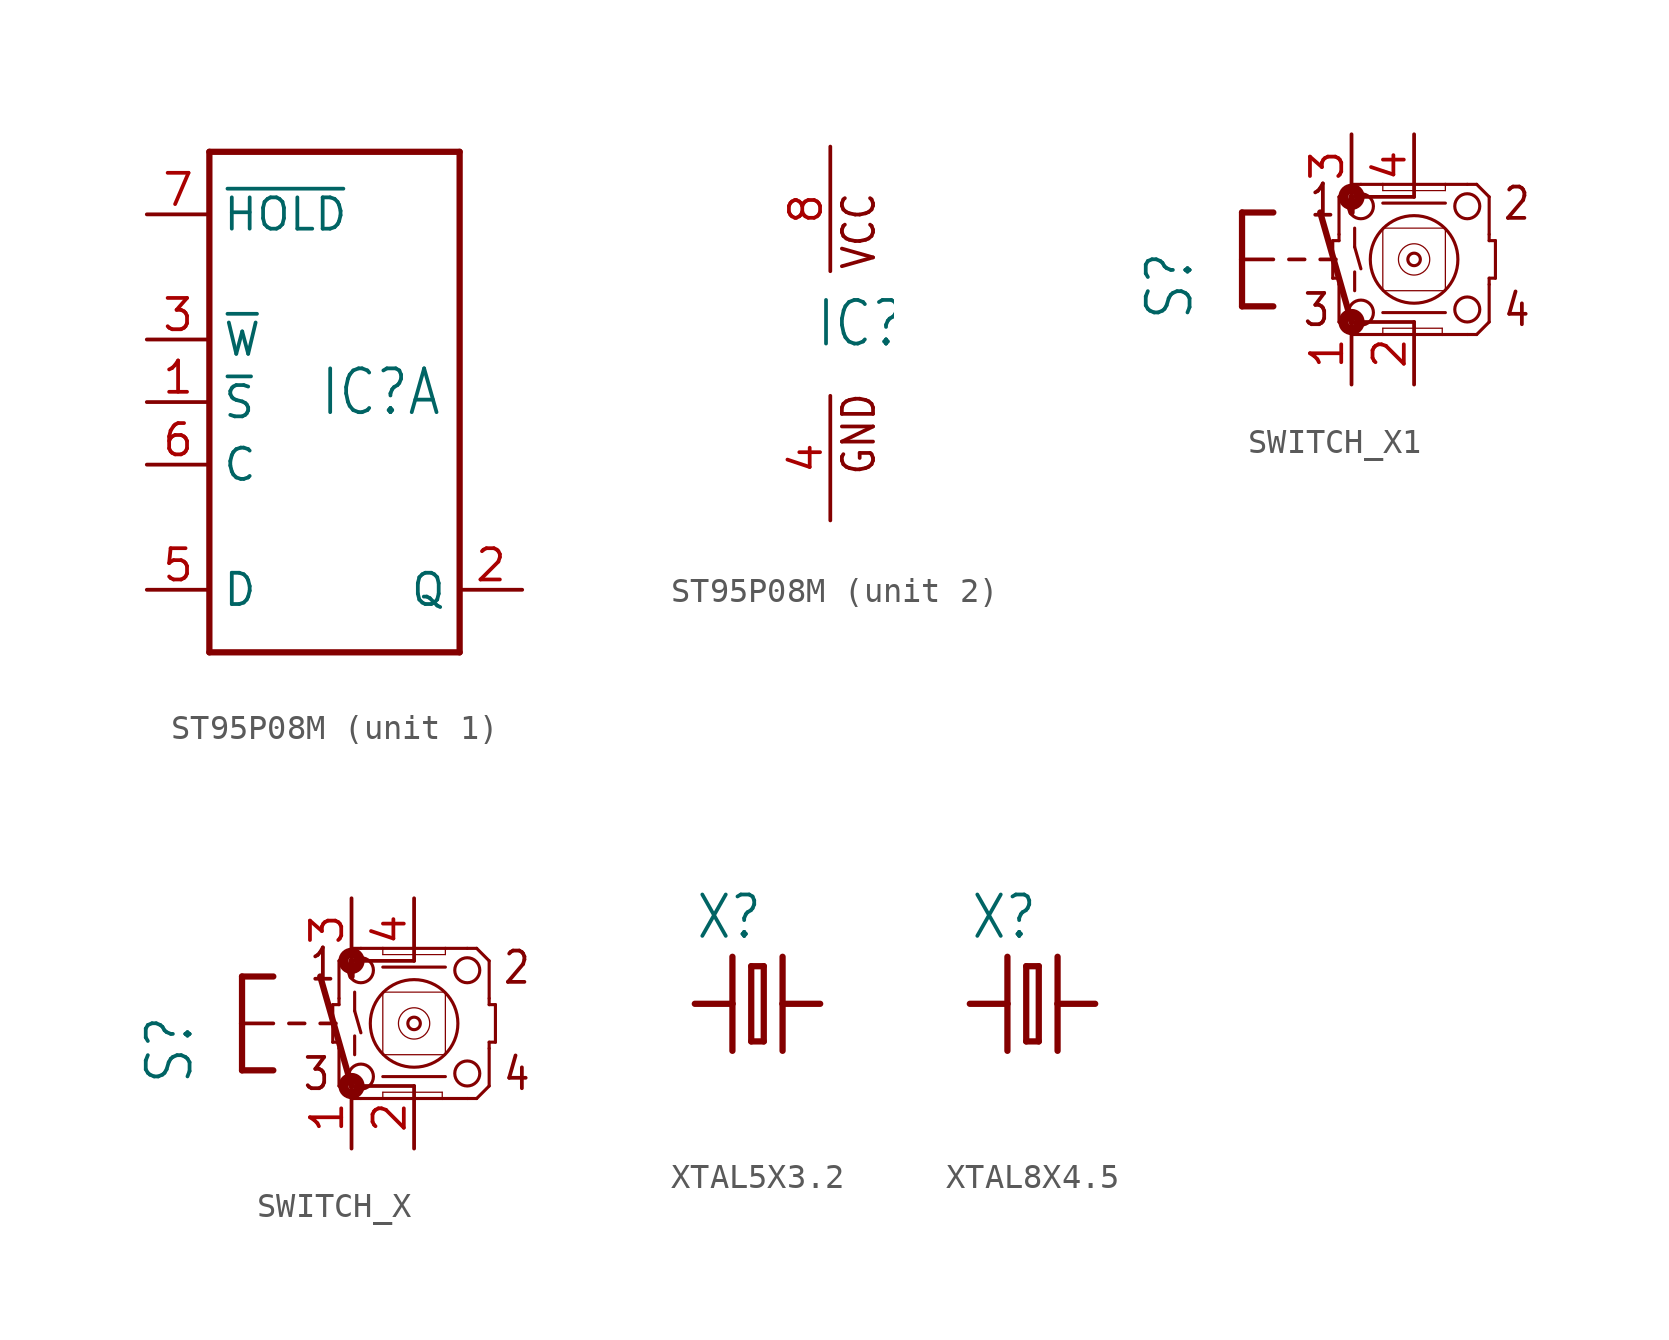
<source format=kicad_sym>
(kicad_symbol_lib
  (version 20220914)
  (generator kicad_symbol_editor)
  (symbol "ST95P08M"
    (property "Reference" "IC"
      (at -0.635 -0.635 0)
      (effects (font (size 1.778 1.511)) (justify left bottom)))
    (property "ki_locked" ""
      (at 0 0 0)
      (effects (font (size 1.27 1.27))))
    (symbol "ST95P08M_1_0"
      (polyline (pts (xy -5.08 -10.16) (xy 5.08 -10.16)) (stroke (width 0.254) (type solid)) (fill (type none)))
      (polyline (pts (xy -5.08 10.16) (xy -5.08 -10.16)) (stroke (width 0.254) (type solid)) (fill (type none)))
      (polyline (pts (xy 5.08 -10.16) (xy 5.08 10.16)) (stroke (width 0.254) (type solid)) (fill (type none)))
      (polyline (pts (xy 5.08 10.16) (xy -5.08 10.16)) (stroke (width 0.254) (type solid)) (fill (type none)))
      (pin input line (at -7.62 0 0) (length 2.54) (name "~{S}" (effects (font (size 1.27 1.27)))) (number "1" (effects (font (size 1.27 1.27)))))
      (pin tri_state line (at 7.62 -7.62 180) (length 2.54) (name "Q" (effects (font (size 1.27 1.27)))) (number "2" (effects (font (size 1.27 1.27)))))
      (pin input line (at -7.62 2.54 0) (length 2.54) (name "~{W}" (effects (font (size 1.27 1.27)))) (number "3" (effects (font (size 1.27 1.27)))))
      (pin input line (at -7.62 -7.62 0) (length 2.54) (name "D" (effects (font (size 1.27 1.27)))) (number "5" (effects (font (size 1.27 1.27)))))
      (pin input line (at -7.62 -2.54 0) (length 2.54) (name "C" (effects (font (size 1.27 1.27)))) (number "6" (effects (font (size 1.27 1.27)))))
      (pin input line (at -7.62 7.62 0) (length 2.54) (name "~{HOLD}" (effects (font (size 1.27 1.27)))) (number "7" (effects (font (size 1.27 1.27))))))
    (symbol "ST95P08M_2_0"
      (text "GND" (at 1.905 -5.842 900) (effects (font (size 1.27 1.079)) (justify left bottom)))
      (text "VCC" (at 1.905 2.54 900) (effects (font (size 1.27 1.079)) (justify left bottom)))
      (pin power_in line (at 0 -7.62 90) (length 5.08) (name "GND" (effects (font (size 0 0)))) (number "4" (effects (font (size 1.27 1.27)))))
      (pin power_in line (at 0 7.62 270) (length 5.08) (name "VCC" (effects (font (size 0 0)))) (number "8" (effects (font (size 1.27 1.27)))))))
  (symbol "SWITCH_X1"
    (property "Reference" "S"
      (at -6.35 -2.54 90)
      (effects (font (size 1.778 1.511)) (justify left bottom)))
    (property "Value" ""
      (at -3.81 3.175 90)
      (effects (font (size 1.778 1.511)) (justify left bottom)))
    (property "ki_locked" ""
      (at 0 0 0)
      (effects (font (size 1.27 1.27))))
    (symbol "SWITCH_X1_1_0"
      (circle (center 0 -2.54) (radius 0.127) (stroke (width 0.406) (type solid)) (fill (type none)))
      (polyline (pts (xy -4.445 -1.905) (xy -3.175 -1.905)) (stroke (width 0.254) (type solid)) (fill (type none)))
      (polyline (pts (xy -4.445 0) (xy -4.445 -1.905)) (stroke (width 0.254) (type solid)) (fill (type none)))
      (polyline (pts (xy -4.445 0) (xy -3.175 0)) (stroke (width 0.152) (type solid)) (fill (type none)))
      (polyline (pts (xy -4.445 1.905) (xy -4.445 0)) (stroke (width 0.254) (type solid)) (fill (type none)))
      (polyline (pts (xy -4.445 1.905) (xy -3.175 1.905)) (stroke (width 0.254) (type solid)) (fill (type none)))
      (polyline (pts (xy -2.54 0) (xy -1.905 0)) (stroke (width 0.152) (type solid)) (fill (type none)))
      (polyline (pts (xy -1.27 0) (xy -0.635 0)) (stroke (width 0.152) (type solid)) (fill (type none)))
      (polyline (pts (xy -0.762 0.762) (xy -0.762 -0.762)) (stroke (width 0.127) (type solid)) (fill (type none)))
      (polyline (pts (xy -0.762 0.762) (xy -0.508 0.762)) (stroke (width 0.127) (type solid)) (fill (type none)))
      (polyline (pts (xy -0.508 -2.54) (xy -0.508 -1.016)) (stroke (width 0.127) (type solid)) (fill (type none)))
      (polyline (pts (xy -0.508 -0.762) (xy -0.762 -0.762)) (stroke (width 0.127) (type solid)) (fill (type none)))
      (polyline (pts (xy -0.508 -0.762) (xy -0.508 -1.016)) (stroke (width 0.127) (type solid)) (fill (type none)))
      (polyline (pts (xy -0.508 0.762) (xy -0.508 1.016)) (stroke (width 0.127) (type solid)) (fill (type none)))
      (polyline (pts (xy -0.508 2.54) (xy -0.508 1.016)) (stroke (width 0.127) (type solid)) (fill (type none)))
      (polyline (pts (xy 0 -3.048) (xy -0.508 -2.54)) (stroke (width 0.127) (type solid)) (fill (type none)))
      (polyline (pts (xy 0 -3.048) (xy 0.381 -3.048)) (stroke (width 0.127) (type solid)) (fill (type none)))
      (polyline (pts (xy 0 -2.54) (xy -1.27 1.905)) (stroke (width 0.254) (type solid)) (fill (type none)))
      (polyline (pts (xy 0 1.905) (xy 0 2.54)) (stroke (width 0.254) (type solid)) (fill (type none)))
      (polyline (pts (xy 0 3.048) (xy -0.508 2.54)) (stroke (width 0.127) (type solid)) (fill (type none)))
      (polyline (pts (xy 0 3.048) (xy 0.381 3.048)) (stroke (width 0.127) (type solid)) (fill (type none)))
      (polyline (pts (xy 0.127 -0.508) (xy 0.127 -1.27)) (stroke (width 0.127) (type solid)) (fill (type none)))
      (polyline (pts (xy 0.127 0.508) (xy 0.381 -0.381)) (stroke (width 0.127) (type solid)) (fill (type none)))
      (polyline (pts (xy 0.127 1.27) (xy 0.127 0.508)) (stroke (width 0.127) (type solid)) (fill (type none)))
      (polyline (pts (xy 0.381 -3.048) (xy 1.27 -3.048)) (stroke (width 0.127) (type solid)) (fill (type none)))
      (polyline (pts (xy 1.27 -3.048) (xy 3.683 -3.048)) (stroke (width 0.127) (type solid)) (fill (type none)))
      (polyline (pts (xy 1.27 -2.794) (xy 1.27 -3.048)) (stroke (width 0.051) (type solid)) (fill (type none)))
      (polyline (pts (xy 1.27 -2.159) (xy 3.81 -2.159)) (stroke (width 0.127) (type solid)) (fill (type none)))
      (polyline (pts (xy 1.27 1.27) (xy 1.27 -1.27)) (stroke (width 0.051) (type solid)) (fill (type none)))
      (polyline (pts (xy 1.27 1.27) (xy 3.81 1.27)) (stroke (width 0.051) (type solid)) (fill (type none)))
      (polyline (pts (xy 1.27 3.048) (xy 0.381 3.048)) (stroke (width 0.127) (type solid)) (fill (type none)))
      (polyline (pts (xy 1.27 3.048) (xy 1.27 2.794)) (stroke (width 0.051) (type solid)) (fill (type none)))
      (polyline (pts (xy 2.54 -2.54) (xy 0 -2.54)) (stroke (width 0.152) (type solid)) (fill (type none)))
      (polyline (pts (xy 2.54 2.54) (xy 0 2.54)) (stroke (width 0.152) (type solid)) (fill (type none)))
      (polyline (pts (xy 3.683 -3.048) (xy 4.699 -3.048)) (stroke (width 0.127) (type solid)) (fill (type none)))
      (polyline (pts (xy 3.683 -2.794) (xy 1.27 -2.794)) (stroke (width 0.051) (type solid)) (fill (type none)))
      (polyline (pts (xy 3.683 -2.794) (xy 3.683 -3.048)) (stroke (width 0.051) (type solid)) (fill (type none)))
      (polyline (pts (xy 3.81 -1.27) (xy 1.27 -1.27)) (stroke (width 0.051) (type solid)) (fill (type none)))
      (polyline (pts (xy 3.81 -1.27) (xy 3.81 1.27)) (stroke (width 0.051) (type solid)) (fill (type none)))
      (polyline (pts (xy 3.81 2.286) (xy 1.27 2.286)) (stroke (width 0.127) (type solid)) (fill (type none)))
      (polyline (pts (xy 3.81 2.794) (xy 1.27 2.794)) (stroke (width 0.051) (type solid)) (fill (type none)))
      (polyline (pts (xy 3.81 2.794) (xy 3.81 3.048)) (stroke (width 0.051) (type solid)) (fill (type none)))
      (polyline (pts (xy 3.81 3.048) (xy 1.27 3.048)) (stroke (width 0.127) (type solid)) (fill (type none)))
      (polyline (pts (xy 4.699 3.048) (xy 3.81 3.048)) (stroke (width 0.127) (type solid)) (fill (type none)))
      (polyline (pts (xy 5.08 -3.048) (xy 4.699 -3.048)) (stroke (width 0.127) (type solid)) (fill (type none)))
      (polyline (pts (xy 5.08 -3.048) (xy 5.588 -2.54)) (stroke (width 0.127) (type solid)) (fill (type none)))
      (polyline (pts (xy 5.08 3.048) (xy 4.699 3.048)) (stroke (width 0.127) (type solid)) (fill (type none)))
      (polyline (pts (xy 5.588 -2.54) (xy 5.588 -1.016)) (stroke (width 0.127) (type solid)) (fill (type none)))
      (polyline (pts (xy 5.588 -0.762) (xy 5.588 -1.016)) (stroke (width 0.127) (type solid)) (fill (type none)))
      (polyline (pts (xy 5.588 0.762) (xy 5.588 1.016)) (stroke (width 0.127) (type solid)) (fill (type none)))
      (polyline (pts (xy 5.588 0.762) (xy 5.842 0.762)) (stroke (width 0.127) (type solid)) (fill (type none)))
      (polyline (pts (xy 5.588 1.016) (xy 5.588 2.54)) (stroke (width 0.127) (type solid)) (fill (type none)))
      (polyline (pts (xy 5.588 2.54) (xy 5.08 3.048)) (stroke (width 0.127) (type solid)) (fill (type none)))
      (polyline (pts (xy 5.842 -0.762) (xy 5.588 -0.762)) (stroke (width 0.127) (type solid)) (fill (type none)))
      (polyline (pts (xy 5.842 -0.762) (xy 5.842 0.762)) (stroke (width 0.127) (type solid)) (fill (type none)))
      (circle (center 0 2.54) (radius 0.127) (stroke (width 0.406) (type solid)) (fill (type none)))
      (circle (center 0.381 -2.159) (radius 0.508) (stroke (width 0.127) (type solid)) (fill (type none)))
      (circle (center 0.381 2.159) (radius 0.508) (stroke (width 0.127) (type solid)) (fill (type none)))
      (circle (center 2.54 0) (radius 0.254) (stroke (width 0.127) (type solid)) (fill (type none)))
      (circle (center 2.54 0) (radius 0.635) (stroke (width 0.051) (type solid)) (fill (type none)))
      (circle (center 2.54 0) (radius 1.778) (stroke (width 0.127) (type solid)) (fill (type none)))
      (circle (center 4.699 -2.032) (radius 0.508) (stroke (width 0.127) (type solid)) (fill (type none)))
      (circle (center 4.699 2.159) (radius 0.508) (stroke (width 0.127) (type solid)) (fill (type none)))
      (text "1" (at -1.778 1.651 0) (effects (font (size 1.27 1.079)) (justify left bottom)))
      (text "2" (at 6.096 1.524 0) (effects (font (size 1.27 1.079)) (justify left bottom)))
      (text "3" (at -2.032 -2.794 0) (effects (font (size 1.27 1.079)) (justify left bottom)))
      (text "4" (at 6.096 -2.794 0) (effects (font (size 1.27 1.079)) (justify left bottom)))
      (pin passive line (at 0 -5.08 90) (length 2.54) (name "P" (effects (font (size 0 0)))) (number "1" (effects (font (size 1.27 1.27)))))
      (pin passive line (at 2.54 -5.08 90) (length 2.54) (name "P1" (effects (font (size 0 0)))) (number "2" (effects (font (size 1.27 1.27)))))
      (pin passive line (at 0 5.08 270) (length 2.54) (name "S" (effects (font (size 0 0)))) (number "3" (effects (font (size 1.27 1.27)))))
      (pin passive line (at 2.54 5.08 270) (length 2.54) (name "S1" (effects (font (size 0 0)))) (number "4" (effects (font (size 1.27 1.27)))))))
  (symbol "SWITCH_X"
    (property "Reference" "S"
      (at -6.35 -2.54 90)
      (effects (font (size 1.778 1.511)) (justify left bottom)))
    (property "Value" ""
      (at -3.81 3.175 90)
      (effects (font (size 1.778 1.511)) (justify left bottom)))
    (property "ki_locked" ""
      (at 0 0 0)
      (effects (font (size 1.27 1.27))))
    (symbol "SWITCH_X_1_0"
      (circle (center 0 -2.54) (radius 0.127) (stroke (width 0.406) (type solid)) (fill (type none)))
      (polyline (pts (xy -4.445 -1.905) (xy -3.175 -1.905)) (stroke (width 0.254) (type solid)) (fill (type none)))
      (polyline (pts (xy -4.445 0) (xy -4.445 -1.905)) (stroke (width 0.254) (type solid)) (fill (type none)))
      (polyline (pts (xy -4.445 0) (xy -3.175 0)) (stroke (width 0.152) (type solid)) (fill (type none)))
      (polyline (pts (xy -4.445 1.905) (xy -4.445 0)) (stroke (width 0.254) (type solid)) (fill (type none)))
      (polyline (pts (xy -4.445 1.905) (xy -3.175 1.905)) (stroke (width 0.254) (type solid)) (fill (type none)))
      (polyline (pts (xy -2.54 0) (xy -1.905 0)) (stroke (width 0.152) (type solid)) (fill (type none)))
      (polyline (pts (xy -1.27 0) (xy -0.635 0)) (stroke (width 0.152) (type solid)) (fill (type none)))
      (polyline (pts (xy -0.762 0.762) (xy -0.762 -0.762)) (stroke (width 0.127) (type solid)) (fill (type none)))
      (polyline (pts (xy -0.762 0.762) (xy -0.508 0.762)) (stroke (width 0.127) (type solid)) (fill (type none)))
      (polyline (pts (xy -0.508 -2.54) (xy -0.508 -1.016)) (stroke (width 0.127) (type solid)) (fill (type none)))
      (polyline (pts (xy -0.508 -0.762) (xy -0.762 -0.762)) (stroke (width 0.127) (type solid)) (fill (type none)))
      (polyline (pts (xy -0.508 -0.762) (xy -0.508 -1.016)) (stroke (width 0.127) (type solid)) (fill (type none)))
      (polyline (pts (xy -0.508 0.762) (xy -0.508 1.016)) (stroke (width 0.127) (type solid)) (fill (type none)))
      (polyline (pts (xy -0.508 2.54) (xy -0.508 1.016)) (stroke (width 0.127) (type solid)) (fill (type none)))
      (polyline (pts (xy 0 -3.048) (xy -0.508 -2.54)) (stroke (width 0.127) (type solid)) (fill (type none)))
      (polyline (pts (xy 0 -3.048) (xy 0.381 -3.048)) (stroke (width 0.127) (type solid)) (fill (type none)))
      (polyline (pts (xy 0 -2.54) (xy -1.27 1.905)) (stroke (width 0.254) (type solid)) (fill (type none)))
      (polyline (pts (xy 0 1.905) (xy 0 2.54)) (stroke (width 0.254) (type solid)) (fill (type none)))
      (polyline (pts (xy 0 3.048) (xy -0.508 2.54)) (stroke (width 0.127) (type solid)) (fill (type none)))
      (polyline (pts (xy 0 3.048) (xy 0.381 3.048)) (stroke (width 0.127) (type solid)) (fill (type none)))
      (polyline (pts (xy 0.127 -0.508) (xy 0.127 -1.27)) (stroke (width 0.127) (type solid)) (fill (type none)))
      (polyline (pts (xy 0.127 0.508) (xy 0.381 -0.381)) (stroke (width 0.127) (type solid)) (fill (type none)))
      (polyline (pts (xy 0.127 1.27) (xy 0.127 0.508)) (stroke (width 0.127) (type solid)) (fill (type none)))
      (polyline (pts (xy 0.381 -3.048) (xy 1.27 -3.048)) (stroke (width 0.127) (type solid)) (fill (type none)))
      (polyline (pts (xy 1.27 -3.048) (xy 3.683 -3.048)) (stroke (width 0.127) (type solid)) (fill (type none)))
      (polyline (pts (xy 1.27 -2.794) (xy 1.27 -3.048)) (stroke (width 0.051) (type solid)) (fill (type none)))
      (polyline (pts (xy 1.27 -2.159) (xy 3.81 -2.159)) (stroke (width 0.127) (type solid)) (fill (type none)))
      (polyline (pts (xy 1.27 1.27) (xy 1.27 -1.27)) (stroke (width 0.051) (type solid)) (fill (type none)))
      (polyline (pts (xy 1.27 1.27) (xy 3.81 1.27)) (stroke (width 0.051) (type solid)) (fill (type none)))
      (polyline (pts (xy 1.27 3.048) (xy 0.381 3.048)) (stroke (width 0.127) (type solid)) (fill (type none)))
      (polyline (pts (xy 1.27 3.048) (xy 1.27 2.794)) (stroke (width 0.051) (type solid)) (fill (type none)))
      (polyline (pts (xy 2.54 -2.54) (xy 0 -2.54)) (stroke (width 0.152) (type solid)) (fill (type none)))
      (polyline (pts (xy 2.54 2.54) (xy 0 2.54)) (stroke (width 0.152) (type solid)) (fill (type none)))
      (polyline (pts (xy 3.683 -3.048) (xy 4.699 -3.048)) (stroke (width 0.127) (type solid)) (fill (type none)))
      (polyline (pts (xy 3.683 -2.794) (xy 1.27 -2.794)) (stroke (width 0.051) (type solid)) (fill (type none)))
      (polyline (pts (xy 3.683 -2.794) (xy 3.683 -3.048)) (stroke (width 0.051) (type solid)) (fill (type none)))
      (polyline (pts (xy 3.81 -1.27) (xy 1.27 -1.27)) (stroke (width 0.051) (type solid)) (fill (type none)))
      (polyline (pts (xy 3.81 -1.27) (xy 3.81 1.27)) (stroke (width 0.051) (type solid)) (fill (type none)))
      (polyline (pts (xy 3.81 2.286) (xy 1.27 2.286)) (stroke (width 0.127) (type solid)) (fill (type none)))
      (polyline (pts (xy 3.81 2.794) (xy 1.27 2.794)) (stroke (width 0.051) (type solid)) (fill (type none)))
      (polyline (pts (xy 3.81 2.794) (xy 3.81 3.048)) (stroke (width 0.051) (type solid)) (fill (type none)))
      (polyline (pts (xy 3.81 3.048) (xy 1.27 3.048)) (stroke (width 0.127) (type solid)) (fill (type none)))
      (polyline (pts (xy 4.699 3.048) (xy 3.81 3.048)) (stroke (width 0.127) (type solid)) (fill (type none)))
      (polyline (pts (xy 5.08 -3.048) (xy 4.699 -3.048)) (stroke (width 0.127) (type solid)) (fill (type none)))
      (polyline (pts (xy 5.08 -3.048) (xy 5.588 -2.54)) (stroke (width 0.127) (type solid)) (fill (type none)))
      (polyline (pts (xy 5.08 3.048) (xy 4.699 3.048)) (stroke (width 0.127) (type solid)) (fill (type none)))
      (polyline (pts (xy 5.588 -2.54) (xy 5.588 -1.016)) (stroke (width 0.127) (type solid)) (fill (type none)))
      (polyline (pts (xy 5.588 -0.762) (xy 5.588 -1.016)) (stroke (width 0.127) (type solid)) (fill (type none)))
      (polyline (pts (xy 5.588 0.762) (xy 5.588 1.016)) (stroke (width 0.127) (type solid)) (fill (type none)))
      (polyline (pts (xy 5.588 0.762) (xy 5.842 0.762)) (stroke (width 0.127) (type solid)) (fill (type none)))
      (polyline (pts (xy 5.588 1.016) (xy 5.588 2.54)) (stroke (width 0.127) (type solid)) (fill (type none)))
      (polyline (pts (xy 5.588 2.54) (xy 5.08 3.048)) (stroke (width 0.127) (type solid)) (fill (type none)))
      (polyline (pts (xy 5.842 -0.762) (xy 5.588 -0.762)) (stroke (width 0.127) (type solid)) (fill (type none)))
      (polyline (pts (xy 5.842 -0.762) (xy 5.842 0.762)) (stroke (width 0.127) (type solid)) (fill (type none)))
      (circle (center 0 2.54) (radius 0.127) (stroke (width 0.406) (type solid)) (fill (type none)))
      (circle (center 0.381 -2.159) (radius 0.508) (stroke (width 0.127) (type solid)) (fill (type none)))
      (circle (center 0.381 2.159) (radius 0.508) (stroke (width 0.127) (type solid)) (fill (type none)))
      (circle (center 2.54 0) (radius 0.254) (stroke (width 0.127) (type solid)) (fill (type none)))
      (circle (center 2.54 0) (radius 0.635) (stroke (width 0.051) (type solid)) (fill (type none)))
      (circle (center 2.54 0) (radius 1.778) (stroke (width 0.127) (type solid)) (fill (type none)))
      (circle (center 4.699 -2.032) (radius 0.508) (stroke (width 0.127) (type solid)) (fill (type none)))
      (circle (center 4.699 2.159) (radius 0.508) (stroke (width 0.127) (type solid)) (fill (type none)))
      (text "1" (at -1.778 1.651 0) (effects (font (size 1.27 1.079)) (justify left bottom)))
      (text "2" (at 6.096 1.524 0) (effects (font (size 1.27 1.079)) (justify left bottom)))
      (text "3" (at -2.032 -2.794 0) (effects (font (size 1.27 1.079)) (justify left bottom)))
      (text "4" (at 6.096 -2.794 0) (effects (font (size 1.27 1.079)) (justify left bottom)))
      (pin passive line (at 0 -5.08 90) (length 2.54) (name "P" (effects (font (size 0 0)))) (number "1" (effects (font (size 1.27 1.27)))))
      (pin passive line (at 2.54 -5.08 90) (length 2.54) (name "P1" (effects (font (size 0 0)))) (number "2" (effects (font (size 1.27 1.27)))))
      (pin passive line (at 0 5.08 270) (length 2.54) (name "S" (effects (font (size 0 0)))) (number "3" (effects (font (size 1.27 1.27)))))
      (pin passive line (at 2.54 5.08 270) (length 2.54) (name "S1" (effects (font (size 0 0)))) (number "4" (effects (font (size 1.27 1.27)))))))
  (symbol "XTAL5X3.2"
    (property "Reference" "X"
      (at -2.54 2.54 0)
      (effects (font (size 1.676 1.425)) (justify left bottom)))
    (property "Value" ""
      (at -2.54 -5.08 0)
      (effects (font (size 1.676 1.425)) (justify left bottom)))
    (property "ki_locked" ""
      (at 0 0 0)
      (effects (font (size 1.27 1.27))))
    (symbol "XTAL5X3.2_1_0"
      (polyline (pts (xy -2.54 0) (xy -1.016 0)) (stroke (width 0.254) (type solid)) (fill (type none)))
      (polyline (pts (xy -1.016 0) (xy -1.016 -1.905)) (stroke (width 0.254) (type solid)) (fill (type none)))
      (polyline (pts (xy -1.016 1.905) (xy -1.016 0)) (stroke (width 0.254) (type solid)) (fill (type none)))
      (polyline (pts (xy -0.254 -1.524) (xy 0.254 -1.524)) (stroke (width 0.254) (type solid)) (fill (type none)))
      (polyline (pts (xy -0.254 1.524) (xy -0.254 -1.524)) (stroke (width 0.254) (type solid)) (fill (type none)))
      (polyline (pts (xy 0.254 -1.524) (xy 0.254 1.524)) (stroke (width 0.254) (type solid)) (fill (type none)))
      (polyline (pts (xy 0.254 1.524) (xy -0.254 1.524)) (stroke (width 0.254) (type solid)) (fill (type none)))
      (polyline (pts (xy 1.016 0) (xy 1.016 -1.905)) (stroke (width 0.254) (type solid)) (fill (type none)))
      (polyline (pts (xy 1.016 1.905) (xy 1.016 0)) (stroke (width 0.254) (type solid)) (fill (type none)))
      (polyline (pts (xy 2.54 0) (xy 1.016 0)) (stroke (width 0.254) (type solid)) (fill (type none)))
      (pin bidirectional line (at -2.54 0 0) (length 0) (name "P$1" (effects (font (size 0 0)))) (number "1" (effects (font (size 0 0)))))
      (pin bidirectional line (at 2.54 0 180) (length 0) (name "P$2" (effects (font (size 0 0)))) (number "2" (effects (font (size 0 0)))))))
  (symbol "XTAL8X4.5"
    (property "Reference" "X"
      (at -2.54 2.54 0)
      (effects (font (size 1.676 1.425)) (justify left bottom)))
    (property "Value" ""
      (at -2.54 -5.08 0)
      (effects (font (size 1.676 1.425)) (justify left bottom)))
    (property "ki_locked" ""
      (at 0 0 0)
      (effects (font (size 1.27 1.27))))
    (symbol "XTAL8X4.5_1_0"
      (polyline (pts (xy -2.54 0) (xy -1.016 0)) (stroke (width 0.254) (type solid)) (fill (type none)))
      (polyline (pts (xy -1.016 0) (xy -1.016 -1.905)) (stroke (width 0.254) (type solid)) (fill (type none)))
      (polyline (pts (xy -1.016 1.905) (xy -1.016 0)) (stroke (width 0.254) (type solid)) (fill (type none)))
      (polyline (pts (xy -0.254 -1.524) (xy 0.254 -1.524)) (stroke (width 0.254) (type solid)) (fill (type none)))
      (polyline (pts (xy -0.254 1.524) (xy -0.254 -1.524)) (stroke (width 0.254) (type solid)) (fill (type none)))
      (polyline (pts (xy 0.254 -1.524) (xy 0.254 1.524)) (stroke (width 0.254) (type solid)) (fill (type none)))
      (polyline (pts (xy 0.254 1.524) (xy -0.254 1.524)) (stroke (width 0.254) (type solid)) (fill (type none)))
      (polyline (pts (xy 1.016 0) (xy 1.016 -1.905)) (stroke (width 0.254) (type solid)) (fill (type none)))
      (polyline (pts (xy 1.016 1.905) (xy 1.016 0)) (stroke (width 0.254) (type solid)) (fill (type none)))
      (polyline (pts (xy 2.54 0) (xy 1.016 0)) (stroke (width 0.254) (type solid)) (fill (type none)))
      (pin bidirectional line (at -2.54 0 0) (length 0) (name "P$1" (effects (font (size 0 0)))) (number "P$1" (effects (font (size 0 0)))))
      (pin bidirectional line (at 2.54 0 180) (length 0) (name "P$2" (effects (font (size 0 0)))) (number "P$2" (effects (font (size 0 0))))))))
</source>
